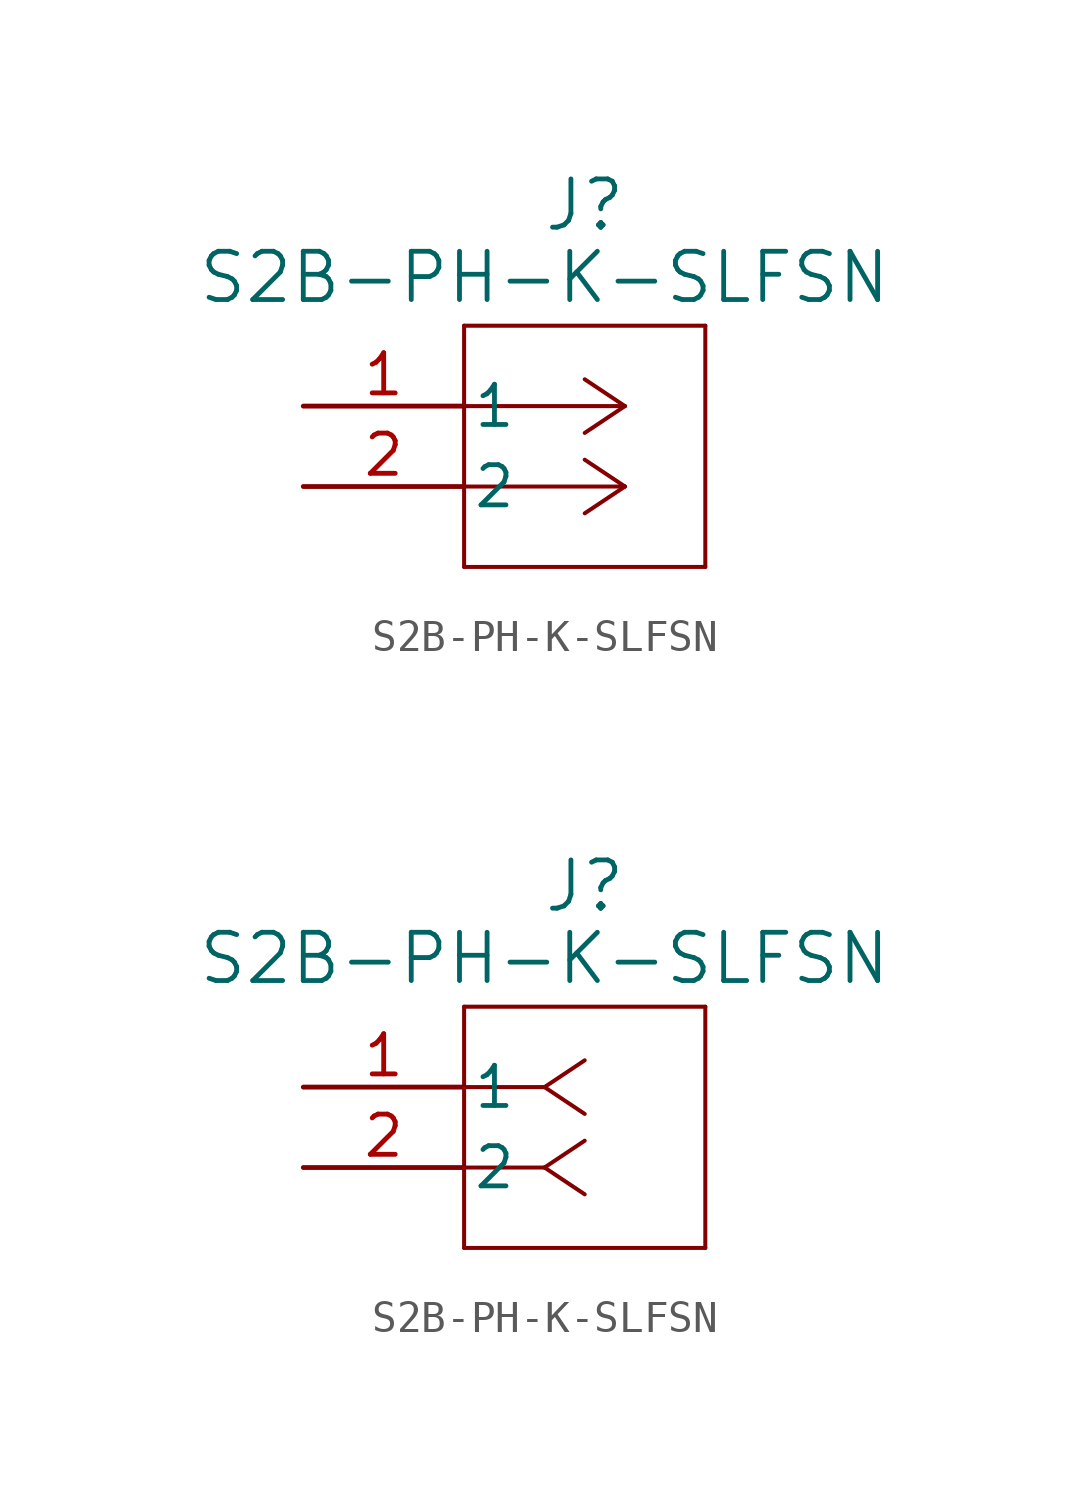
<source format=kicad_sym>
(kicad_symbol_lib
  (version 20241209)
  (generator "kicad_symbol_editor")
  (generator_version "9.0")
  (symbol "S2B-PH-K-SLFSN"
    (pin_names
      (offset 0.254))
    (property "Reference" "J"
      (at 8.89 6.35 0)
      (effects (font (size 1.524 1.524))))
    (property "Value" "S2B-PH-K-SLFSN"
      (at 7.62 4.064 0)
      (effects (font (size 1.524 1.524))))
    (symbol "S2B-PH-K-SLFSN_1_1"
      (polyline (pts (xy 5.08 2.54) (xy 5.08 -5.08)) (stroke (width 0.127) (type default)) (fill (type none)))
      (polyline (pts (xy 5.08 -5.08) (xy 12.7 -5.08)) (stroke (width 0.127) (type default)) (fill (type none)))
      (polyline (pts (xy 10.16 0) (xy 5.08 0)) (stroke (width 0.127) (type default)) (fill (type none)))
      (polyline (pts (xy 10.16 0) (xy 8.89 0.847)) (stroke (width 0.127) (type default)) (fill (type none)))
      (polyline (pts (xy 10.16 0) (xy 8.89 -0.847)) (stroke (width 0.127) (type default)) (fill (type none)))
      (polyline (pts (xy 10.16 -2.54) (xy 5.08 -2.54)) (stroke (width 0.127) (type default)) (fill (type none)))
      (polyline (pts (xy 10.16 -2.54) (xy 8.89 -1.693)) (stroke (width 0.127) (type default)) (fill (type none)))
      (polyline (pts (xy 10.16 -2.54) (xy 8.89 -3.387)) (stroke (width 0.127) (type default)) (fill (type none)))
      (polyline (pts (xy 12.7 2.54) (xy 5.08 2.54)) (stroke (width 0.127) (type default)) (fill (type none)))
      (polyline (pts (xy 12.7 -5.08) (xy 12.7 2.54)) (stroke (width 0.127) (type default)) (fill (type none)))
      (pin unspecified line (at 0 0 0) (length 5.08) (name "1" (effects (font (size 1.27 1.27)))) (number "1" (effects (font (size 1.27 1.27)))))
      (pin unspecified line (at 0 -2.54 0) (length 5.08) (name "2" (effects (font (size 1.27 1.27)))) (number "2" (effects (font (size 1.27 1.27))))))
    (symbol "S2B-PH-K-SLFSN_1_2"
      (polyline (pts (xy 5.08 2.54) (xy 5.08 -5.08)) (stroke (width 0.127) (type default)) (fill (type none)))
      (polyline (pts (xy 5.08 -5.08) (xy 12.7 -5.08)) (stroke (width 0.127) (type default)) (fill (type none)))
      (polyline (pts (xy 7.62 0) (xy 5.08 0)) (stroke (width 0.127) (type default)) (fill (type none)))
      (polyline (pts (xy 7.62 0) (xy 8.89 0.847)) (stroke (width 0.127) (type default)) (fill (type none)))
      (polyline (pts (xy 7.62 0) (xy 8.89 -0.847)) (stroke (width 0.127) (type default)) (fill (type none)))
      (polyline (pts (xy 7.62 -2.54) (xy 5.08 -2.54)) (stroke (width 0.127) (type default)) (fill (type none)))
      (polyline (pts (xy 7.62 -2.54) (xy 8.89 -1.693)) (stroke (width 0.127) (type default)) (fill (type none)))
      (polyline (pts (xy 7.62 -2.54) (xy 8.89 -3.387)) (stroke (width 0.127) (type default)) (fill (type none)))
      (polyline (pts (xy 12.7 2.54) (xy 5.08 2.54)) (stroke (width 0.127) (type default)) (fill (type none)))
      (polyline (pts (xy 12.7 -5.08) (xy 12.7 2.54)) (stroke (width 0.127) (type default)) (fill (type none)))
      (pin unspecified line (at 0 0 0) (length 5.08) (name "1" (effects (font (size 1.27 1.27)))) (number "1" (effects (font (size 1.27 1.27)))))
      (pin unspecified line (at 0 -2.54 0) (length 5.08) (name "2" (effects (font (size 1.27 1.27)))) (number "2" (effects (font (size 1.27 1.27))))))))
</source>
